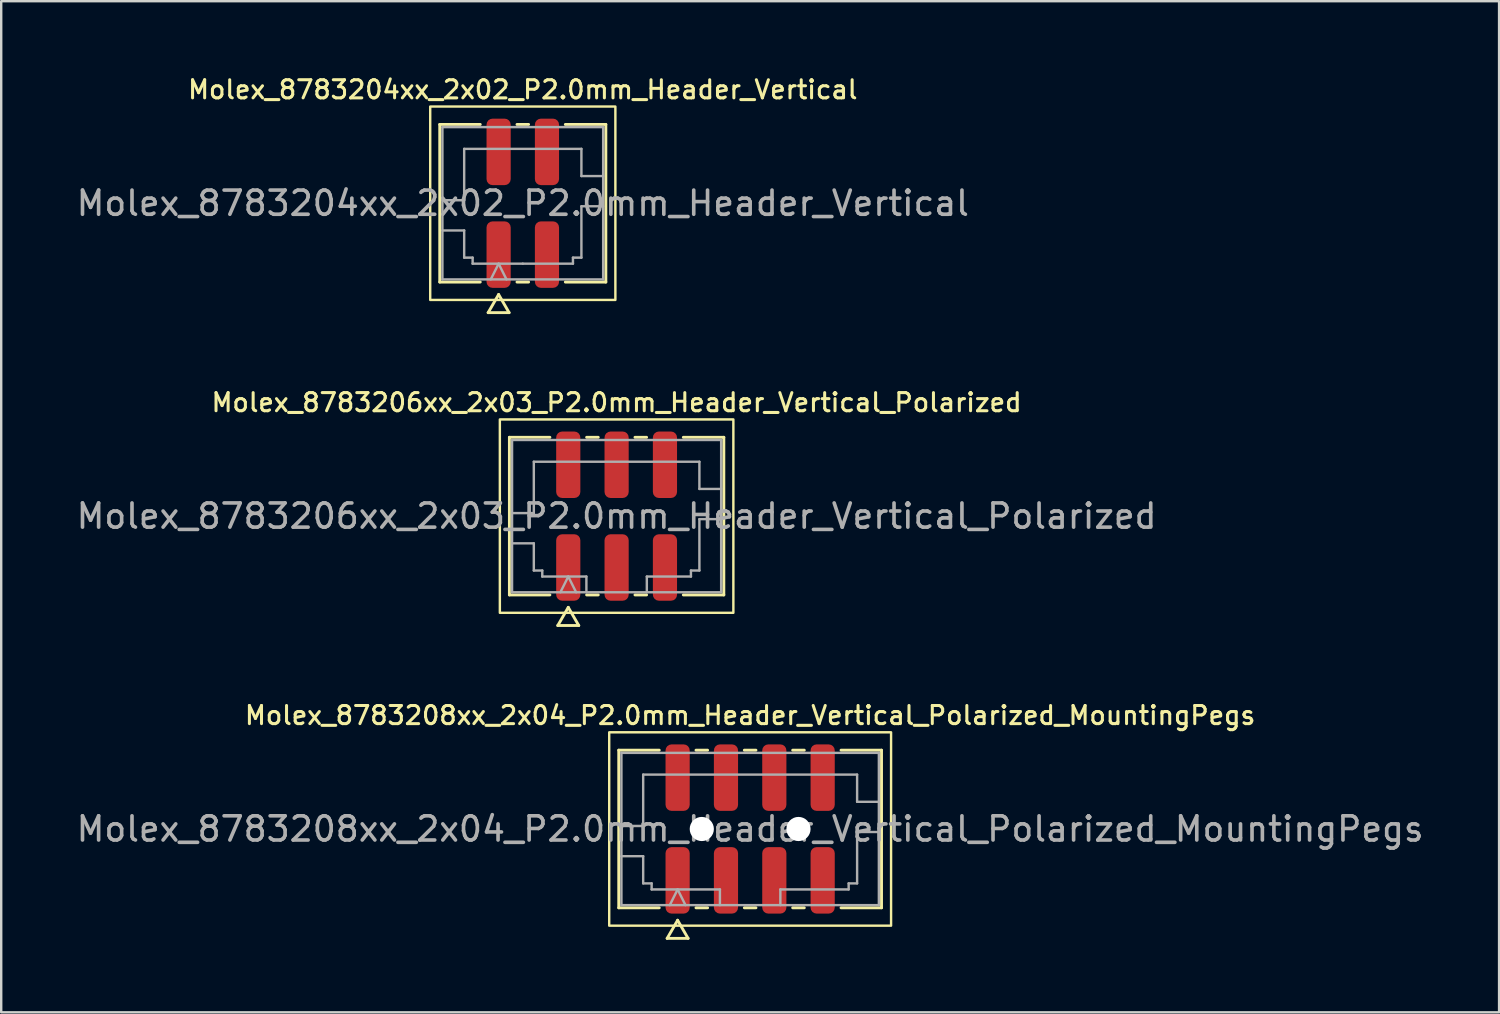
<source format=kicad_pcb>
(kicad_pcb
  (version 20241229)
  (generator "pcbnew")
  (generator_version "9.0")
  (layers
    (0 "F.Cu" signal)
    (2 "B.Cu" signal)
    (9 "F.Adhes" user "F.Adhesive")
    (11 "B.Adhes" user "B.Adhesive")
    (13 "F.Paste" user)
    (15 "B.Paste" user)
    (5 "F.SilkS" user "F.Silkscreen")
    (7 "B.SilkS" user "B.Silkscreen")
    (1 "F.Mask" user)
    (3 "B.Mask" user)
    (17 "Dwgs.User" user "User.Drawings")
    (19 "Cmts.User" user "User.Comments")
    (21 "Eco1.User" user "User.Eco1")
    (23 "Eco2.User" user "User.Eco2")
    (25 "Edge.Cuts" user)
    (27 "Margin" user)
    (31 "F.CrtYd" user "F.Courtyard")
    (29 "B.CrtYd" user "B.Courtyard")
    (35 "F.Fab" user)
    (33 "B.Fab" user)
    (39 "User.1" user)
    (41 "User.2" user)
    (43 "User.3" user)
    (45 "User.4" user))
  (footprint "Molex_8783208xx_2x04_P2.0mm_Header_Vertical_Polarized_MountingPegs"
    (layer "F.Cu")
    (at 27.982 31.244)
    (property "Reference" "Molex_8783208xx_2x04_P2.0mm_Header_Vertical_Polarized_MountingPegs" (at 0 -4.7 0) (layer "F.SilkS") (effects (font (size 0.75 0.75) (thickness 0.125))))
    (attr smd)
    (fp_line (start -5.435 -3.26) (end -3.76 -3.26) (stroke (width 0.12) (type solid)) (layer "F.SilkS"))
    (fp_line (start -5.435 3.26) (end -5.435 -3.26) (stroke (width 0.12) (type solid)) (layer "F.SilkS"))
    (fp_line (start -3.76 3.26) (end -5.435 3.26) (stroke (width 0.12) (type solid)) (layer "F.SilkS"))
    (fp_line (start -3.433 4.525) (end -3 3.775) (stroke (width 0.12) (type solid)) (layer "F.SilkS"))
    (fp_line (start -3 3.775) (end -2.567 4.525) (stroke (width 0.12) (type solid)) (layer "F.SilkS"))
    (fp_line (start -2.567 4.525) (end -3.433 4.525) (stroke (width 0.12) (type solid)) (layer "F.SilkS"))
    (fp_line (start -2.24 -3.26) (end -1.76 -3.26) (stroke (width 0.12) (type solid)) (layer "F.SilkS"))
    (fp_line (start -1.76 3.26) (end -2.24 3.26) (stroke (width 0.12) (type solid)) (layer "F.SilkS"))
    (fp_line (start -0.24 -3.26) (end 0.24 -3.26) (stroke (width 0.12) (type solid)) (layer "F.SilkS"))
    (fp_line (start 0.24 3.26) (end -0.24 3.26) (stroke (width 0.12) (type solid)) (layer "F.SilkS"))
    (fp_line (start 1.76 -3.26) (end 2.24 -3.26) (stroke (width 0.12) (type solid)) (layer "F.SilkS"))
    (fp_line (start 2.24 3.26) (end 1.76 3.26) (stroke (width 0.12) (type solid)) (layer "F.SilkS"))
    (fp_line (start 3.76 -3.26) (end 5.435 -3.26) (stroke (width 0.12) (type solid)) (layer "F.SilkS"))
    (fp_line (start 5.435 -3.26) (end 5.435 3.26) (stroke (width 0.12) (type solid)) (layer "F.SilkS"))
    (fp_line (start 5.435 3.26) (end 3.76 3.26) (stroke (width 0.12) (type solid)) (layer "F.SilkS"))
    (fp_rect (start -5.83 -4) (end 5.83 4) (stroke (width 0.1) (type solid)) (fill no) (layer "F.SilkS"))
    (fp_line (start -5.325 -3.15) (end 5.325 -3.15) (stroke (width 0.1) (type solid)) (layer "F.Fab"))
    (fp_line (start -5.325 -0.125) (end -4.425 -0.125) (stroke (width 0.1) (type solid)) (layer "F.Fab"))
    (fp_line (start -5.325 1.125) (end -4.425 1.125) (stroke (width 0.1) (type solid)) (layer "F.Fab"))
    (fp_line (start -5.325 3.15) (end -5.325 -3.15) (stroke (width 0.1) (type solid)) (layer "F.Fab"))
    (fp_line (start -4.425 -2.25) (end 4.425 -2.25) (stroke (width 0.1) (type solid)) (layer "F.Fab"))
    (fp_line (start -4.425 -0.125) (end -4.425 -2.25) (stroke (width 0.1) (type solid)) (layer "F.Fab"))
    (fp_line (start -4.425 1.125) (end -4.425 2.25) (stroke (width 0.1) (type solid)) (layer "F.Fab"))
    (fp_line (start -4.425 2.25) (end -4.075 2.25) (stroke (width 0.1) (type solid)) (layer "F.Fab"))
    (fp_line (start -4.075 2.25) (end -4.075 2.5) (stroke (width 0.1) (type solid)) (layer "F.Fab"))
    (fp_line (start -4.075 2.5) (end -1.25 2.5) (stroke (width 0.1) (type solid)) (layer "F.Fab"))
    (fp_line (start -3.325 3.15) (end -3 2.5) (stroke (width 0.1) (type solid)) (layer "F.Fab"))
    (fp_line (start -3 2.5) (end -2.675 3.15) (stroke (width 0.1) (type solid)) (layer "F.Fab"))
    (fp_line (start -1.25 2.5) (end -1.25 3.15) (stroke (width 0.1) (type solid)) (layer "F.Fab"))
    (fp_line (start 1.25 2.5) (end 1.25 3.15) (stroke (width 0.1) (type solid)) (layer "F.Fab"))
    (fp_line (start 1.25 2.5) (end 4.075 2.5) (stroke (width 0.1) (type solid)) (layer "F.Fab"))
    (fp_line (start 4.075 2.25) (end 4.425 2.25) (stroke (width 0.1) (type solid)) (layer "F.Fab"))
    (fp_line (start 4.075 2.5) (end 4.075 2.25) (stroke (width 0.1) (type solid)) (layer "F.Fab"))
    (fp_line (start 4.425 -2.25) (end 4.425 -1.125) (stroke (width 0.1) (type solid)) (layer "F.Fab"))
    (fp_line (start 4.425 -1.125) (end 5.325 -1.125) (stroke (width 0.1) (type solid)) (layer "F.Fab"))
    (fp_line (start 4.425 0.125) (end 5.325 0.125) (stroke (width 0.1) (type solid)) (layer "F.Fab"))
    (fp_line (start 4.425 2.25) (end 4.425 0.125) (stroke (width 0.1) (type solid)) (layer "F.Fab"))
    (fp_line (start 5.325 -3.15) (end 5.325 3.15) (stroke (width 0.1) (type solid)) (layer "F.Fab"))
    (fp_line (start 5.325 3.15) (end -5.325 3.15) (stroke (width 0.1) (type solid)) (layer "F.Fab"))
    (fp_text user "${REFERENCE}" (at 0 0 0) (layer "F.Fab") (effects (font (size 1 1) (thickness 0.15))))
    (pad "" np_thru_hole circle (at -2 0) (size 1 1) (drill 1) (layers "*.Cu" "*.Mask"))
    (pad "" np_thru_hole circle (at 2 0) (size 1 1) (drill 1) (layers "*.Cu" "*.Mask"))
    (pad "1" smd roundrect (at -3 2.125) (size 1 2.75) (layers "F.Cu" "F.Mask" "F.Paste") (roundrect_rratio 0.25))
    (pad "2" smd roundrect (at -3 -2.125) (size 1 2.75) (layers "F.Cu" "F.Mask" "F.Paste") (roundrect_rratio 0.25))
    (pad "3" smd roundrect (at -1 2.125) (size 1 2.75) (layers "F.Cu" "F.Mask" "F.Paste") (roundrect_rratio 0.25))
    (pad "4" smd roundrect (at -1 -2.125) (size 1 2.75) (layers "F.Cu" "F.Mask" "F.Paste") (roundrect_rratio 0.25))
    (pad "5" smd roundrect (at 1 2.125) (size 1 2.75) (layers "F.Cu" "F.Mask" "F.Paste") (roundrect_rratio 0.25))
    (pad "6" smd roundrect (at 1 -2.125) (size 1 2.75) (layers "F.Cu" "F.Mask" "F.Paste") (roundrect_rratio 0.25))
    (pad "7" smd roundrect (at 3 2.125) (size 1 2.75) (layers "F.Cu" "F.Mask" "F.Paste") (roundrect_rratio 0.25))
    (pad "8" smd roundrect (at 3 -2.125) (size 1 2.75) (layers "F.Cu" "F.Mask" "F.Paste") (roundrect_rratio 0.25)))
  (footprint "Molex_8783204xx_2x02_P2.0mm_Header_Vertical"
    (layer "F.Cu")
    (at 18.577 5.358)
    (property "Reference" "Molex_8783204xx_2x02_P2.0mm_Header_Vertical" (at 0 -4.7 0) (layer "F.SilkS") (effects (font (size 0.75 0.75) (thickness 0.125))))
    (attr smd)
    (fp_line (start -3.435 -3.26) (end -1.76 -3.26) (stroke (width 0.12) (type solid)) (layer "F.SilkS"))
    (fp_line (start -3.435 3.26) (end -3.435 -3.26) (stroke (width 0.12) (type solid)) (layer "F.SilkS"))
    (fp_line (start -1.76 3.26) (end -3.435 3.26) (stroke (width 0.12) (type solid)) (layer "F.SilkS"))
    (fp_line (start -1.433 4.525) (end -1 3.775) (stroke (width 0.12) (type solid)) (layer "F.SilkS"))
    (fp_line (start -1 3.775) (end -0.567 4.525) (stroke (width 0.12) (type solid)) (layer "F.SilkS"))
    (fp_line (start -0.567 4.525) (end -1.433 4.525) (stroke (width 0.12) (type solid)) (layer "F.SilkS"))
    (fp_line (start -0.24 -3.26) (end 0.24 -3.26) (stroke (width 0.12) (type solid)) (layer "F.SilkS"))
    (fp_line (start 0.24 3.26) (end -0.24 3.26) (stroke (width 0.12) (type solid)) (layer "F.SilkS"))
    (fp_line (start 1.76 -3.26) (end 3.435 -3.26) (stroke (width 0.12) (type solid)) (layer "F.SilkS"))
    (fp_line (start 3.435 -3.26) (end 3.435 3.26) (stroke (width 0.12) (type solid)) (layer "F.SilkS"))
    (fp_line (start 3.435 3.26) (end 1.76 3.26) (stroke (width 0.12) (type solid)) (layer "F.SilkS"))
    (fp_rect (start -3.83 -4) (end 3.83 4) (stroke (width 0.1) (type solid)) (fill no) (layer "F.SilkS"))
    (fp_line (start -3.325 -3.15) (end 3.325 -3.15) (stroke (width 0.1) (type solid)) (layer "F.Fab"))
    (fp_line (start -3.325 -0.125) (end -2.425 -0.125) (stroke (width 0.1) (type solid)) (layer "F.Fab"))
    (fp_line (start -3.325 1.125) (end -2.425 1.125) (stroke (width 0.1) (type solid)) (layer "F.Fab"))
    (fp_line (start -3.325 3.15) (end -3.325 -3.15) (stroke (width 0.1) (type solid)) (layer "F.Fab"))
    (fp_line (start -2.425 -2.25) (end 2.425 -2.25) (stroke (width 0.1) (type solid)) (layer "F.Fab"))
    (fp_line (start -2.425 -0.125) (end -2.425 -2.25) (stroke (width 0.1) (type solid)) (layer "F.Fab"))
    (fp_line (start -2.425 1.125) (end -2.425 2.25) (stroke (width 0.1) (type solid)) (layer "F.Fab"))
    (fp_line (start -2.425 2.25) (end -2.075 2.25) (stroke (width 0.1) (type solid)) (layer "F.Fab"))
    (fp_line (start -2.075 2.25) (end -2.075 2.5) (stroke (width 0.1) (type solid)) (layer "F.Fab"))
    (fp_line (start -2.075 2.5) (end 0 2.5) (stroke (width 0.1) (type solid)) (layer "F.Fab"))
    (fp_line (start -1.325 3.15) (end -1 2.5) (stroke (width 0.1) (type solid)) (layer "F.Fab"))
    (fp_line (start -1 2.5) (end -0.675 3.15) (stroke (width 0.1) (type solid)) (layer "F.Fab"))
    (fp_line (start 0 2.5) (end 2.075 2.5) (stroke (width 0.1) (type solid)) (layer "F.Fab"))
    (fp_line (start 2.075 2.25) (end 2.425 2.25) (stroke (width 0.1) (type solid)) (layer "F.Fab"))
    (fp_line (start 2.075 2.5) (end 2.075 2.25) (stroke (width 0.1) (type solid)) (layer "F.Fab"))
    (fp_line (start 2.425 -2.25) (end 2.425 -1.125) (stroke (width 0.1) (type solid)) (layer "F.Fab"))
    (fp_line (start 2.425 -1.125) (end 3.325 -1.125) (stroke (width 0.1) (type solid)) (layer "F.Fab"))
    (fp_line (start 2.425 0.125) (end 3.325 0.125) (stroke (width 0.1) (type solid)) (layer "F.Fab"))
    (fp_line (start 2.425 2.25) (end 2.425 0.125) (stroke (width 0.1) (type solid)) (layer "F.Fab"))
    (fp_line (start 3.325 -3.15) (end 3.325 3.15) (stroke (width 0.1) (type solid)) (layer "F.Fab"))
    (fp_line (start 3.325 3.15) (end -3.325 3.15) (stroke (width 0.1) (type solid)) (layer "F.Fab"))
    (fp_text user "${REFERENCE}" (at 0 0 0) (layer "F.Fab") (effects (font (size 1 1) (thickness 0.15))))
    (pad "1" smd roundrect (at -1 2.125) (size 1 2.75) (layers "F.Cu" "F.Mask" "F.Paste") (roundrect_rratio 0.25))
    (pad "2" smd roundrect (at -1 -2.125) (size 1 2.75) (layers "F.Cu" "F.Mask" "F.Paste") (roundrect_rratio 0.25))
    (pad "3" smd roundrect (at 1 2.125) (size 1 2.75) (layers "F.Cu" "F.Mask" "F.Paste") (roundrect_rratio 0.25))
    (pad "4" smd roundrect (at 1 -2.125) (size 1 2.75) (layers "F.Cu" "F.Mask" "F.Paste") (roundrect_rratio 0.25)))
  (footprint "Molex_8783206xx_2x03_P2.0mm_Header_Vertical_Polarized"
    (layer "F.Cu")
    (at 22.458 18.301)
    (property "Reference" "Molex_8783206xx_2x03_P2.0mm_Header_Vertical_Polarized" (at 0 -4.7 0) (layer "F.SilkS") (effects (font (size 0.75 0.75) (thickness 0.125))))
    (attr smd)
    (fp_line (start -4.435 -3.26) (end -2.76 -3.26) (stroke (width 0.12) (type solid)) (layer "F.SilkS"))
    (fp_line (start -4.435 3.26) (end -4.435 -3.26) (stroke (width 0.12) (type solid)) (layer "F.SilkS"))
    (fp_line (start -2.76 3.26) (end -4.435 3.26) (stroke (width 0.12) (type solid)) (layer "F.SilkS"))
    (fp_line (start -2.433 4.525) (end -2 3.775) (stroke (width 0.12) (type solid)) (layer "F.SilkS"))
    (fp_line (start -2 3.775) (end -1.567 4.525) (stroke (width 0.12) (type solid)) (layer "F.SilkS"))
    (fp_line (start -1.567 4.525) (end -2.433 4.525) (stroke (width 0.12) (type solid)) (layer "F.SilkS"))
    (fp_line (start -1.24 -3.26) (end -0.76 -3.26) (stroke (width 0.12) (type solid)) (layer "F.SilkS"))
    (fp_line (start -0.76 3.26) (end -1.24 3.26) (stroke (width 0.12) (type solid)) (layer "F.SilkS"))
    (fp_line (start 0.76 -3.26) (end 1.24 -3.26) (stroke (width 0.12) (type solid)) (layer "F.SilkS"))
    (fp_line (start 1.24 3.26) (end 0.76 3.26) (stroke (width 0.12) (type solid)) (layer "F.SilkS"))
    (fp_line (start 2.76 -3.26) (end 4.435 -3.26) (stroke (width 0.12) (type solid)) (layer "F.SilkS"))
    (fp_line (start 4.435 -3.26) (end 4.435 3.26) (stroke (width 0.12) (type solid)) (layer "F.SilkS"))
    (fp_line (start 4.435 3.26) (end 2.76 3.26) (stroke (width 0.12) (type solid)) (layer "F.SilkS"))
    (fp_rect (start -4.83 -4) (end 4.83 4) (stroke (width 0.1) (type solid)) (fill no) (layer "F.SilkS"))
    (fp_line (start -4.325 -3.15) (end 4.325 -3.15) (stroke (width 0.1) (type solid)) (layer "F.Fab"))
    (fp_line (start -4.325 -0.125) (end -3.425 -0.125) (stroke (width 0.1) (type solid)) (layer "F.Fab"))
    (fp_line (start -4.325 1.125) (end -3.425 1.125) (stroke (width 0.1) (type solid)) (layer "F.Fab"))
    (fp_line (start -4.325 3.15) (end -4.325 -3.15) (stroke (width 0.1) (type solid)) (layer "F.Fab"))
    (fp_line (start -3.425 -2.25) (end 3.425 -2.25) (stroke (width 0.1) (type solid)) (layer "F.Fab"))
    (fp_line (start -3.425 -0.125) (end -3.425 -2.25) (stroke (width 0.1) (type solid)) (layer "F.Fab"))
    (fp_line (start -3.425 1.125) (end -3.425 2.25) (stroke (width 0.1) (type solid)) (layer "F.Fab"))
    (fp_line (start -3.425 2.25) (end -3.075 2.25) (stroke (width 0.1) (type solid)) (layer "F.Fab"))
    (fp_line (start -3.075 2.25) (end -3.075 2.5) (stroke (width 0.1) (type solid)) (layer "F.Fab"))
    (fp_line (start -3.075 2.5) (end -1.25 2.5) (stroke (width 0.1) (type solid)) (layer "F.Fab"))
    (fp_line (start -2.325 3.15) (end -2 2.5) (stroke (width 0.1) (type solid)) (layer "F.Fab"))
    (fp_line (start -2 2.5) (end -1.675 3.15) (stroke (width 0.1) (type solid)) (layer "F.Fab"))
    (fp_line (start -1.25 2.5) (end -1.25 3.15) (stroke (width 0.1) (type solid)) (layer "F.Fab"))
    (fp_line (start 1.25 2.5) (end 1.25 3.15) (stroke (width 0.1) (type solid)) (layer "F.Fab"))
    (fp_line (start 1.25 2.5) (end 3.075 2.5) (stroke (width 0.1) (type solid)) (layer "F.Fab"))
    (fp_line (start 3.075 2.25) (end 3.425 2.25) (stroke (width 0.1) (type solid)) (layer "F.Fab"))
    (fp_line (start 3.075 2.5) (end 3.075 2.25) (stroke (width 0.1) (type solid)) (layer "F.Fab"))
    (fp_line (start 3.425 -2.25) (end 3.425 -1.125) (stroke (width 0.1) (type solid)) (layer "F.Fab"))
    (fp_line (start 3.425 -1.125) (end 4.325 -1.125) (stroke (width 0.1) (type solid)) (layer "F.Fab"))
    (fp_line (start 3.425 0.125) (end 4.325 0.125) (stroke (width 0.1) (type solid)) (layer "F.Fab"))
    (fp_line (start 3.425 2.25) (end 3.425 0.125) (stroke (width 0.1) (type solid)) (layer "F.Fab"))
    (fp_line (start 4.325 -3.15) (end 4.325 3.15) (stroke (width 0.1) (type solid)) (layer "F.Fab"))
    (fp_line (start 4.325 3.15) (end -4.325 3.15) (stroke (width 0.1) (type solid)) (layer "F.Fab"))
    (fp_text user "${REFERENCE}" (at 0 0 0) (layer "F.Fab") (effects (font (size 1 1) (thickness 0.15))))
    (pad "1" smd roundrect (at -2 2.125) (size 1 2.75) (layers "F.Cu" "F.Mask" "F.Paste") (roundrect_rratio 0.25))
    (pad "2" smd roundrect (at -2 -2.125) (size 1 2.75) (layers "F.Cu" "F.Mask" "F.Paste") (roundrect_rratio 0.25))
    (pad "3" smd roundrect (at 0 2.125) (size 1 2.75) (layers "F.Cu" "F.Mask" "F.Paste") (roundrect_rratio 0.25))
    (pad "4" smd roundrect (at 0 -2.125) (size 1 2.75) (layers "F.Cu" "F.Mask" "F.Paste") (roundrect_rratio 0.25))
    (pad "5" smd roundrect (at 2 2.125) (size 1 2.75) (layers "F.Cu" "F.Mask" "F.Paste") (roundrect_rratio 0.25))
    (pad "6" smd roundrect (at 2 -2.125) (size 1 2.75) (layers "F.Cu" "F.Mask" "F.Paste") (roundrect_rratio 0.25)))
  (gr_rect
    (start -3 -3)
    (end 58.964 38.829)
    (stroke (width 0.1) (type default))
    (fill no)
    (layer "Edge.Cuts")))
</source>
